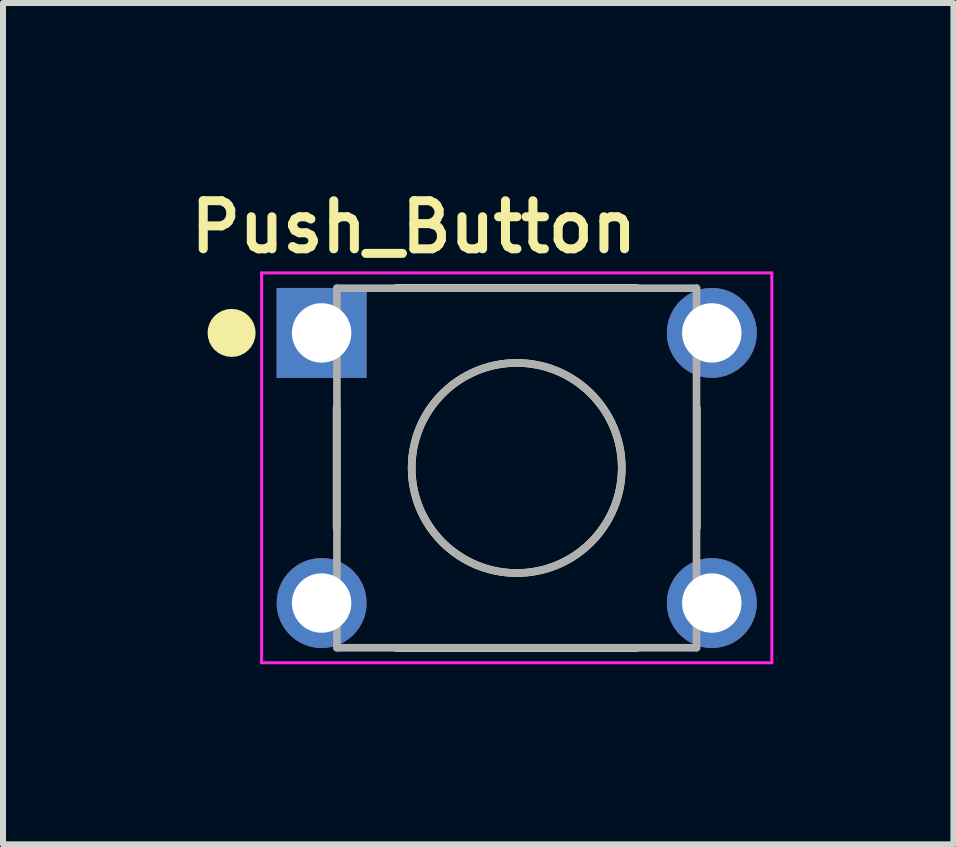
<source format=kicad_pcb>
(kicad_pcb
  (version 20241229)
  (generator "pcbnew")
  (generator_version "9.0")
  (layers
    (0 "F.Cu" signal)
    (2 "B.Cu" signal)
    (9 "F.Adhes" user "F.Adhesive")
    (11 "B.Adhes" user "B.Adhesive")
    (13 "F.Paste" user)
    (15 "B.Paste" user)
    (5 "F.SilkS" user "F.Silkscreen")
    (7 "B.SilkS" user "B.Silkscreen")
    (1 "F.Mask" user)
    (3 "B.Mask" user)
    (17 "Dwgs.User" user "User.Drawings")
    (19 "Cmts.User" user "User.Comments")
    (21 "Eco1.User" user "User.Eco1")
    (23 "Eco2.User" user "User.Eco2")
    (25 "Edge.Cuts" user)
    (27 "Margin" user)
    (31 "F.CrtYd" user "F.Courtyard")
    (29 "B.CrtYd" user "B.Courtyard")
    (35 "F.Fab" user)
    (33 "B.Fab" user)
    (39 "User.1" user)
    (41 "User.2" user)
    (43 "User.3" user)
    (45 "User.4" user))
  (footprint "Push_Button"
    (layer "F.Cu")
    (at 5.558 4.746)
    (property "Reference" "Push_Button" (at -1.713 -4.014 0) (layer "F.SilkS") (effects (font (size 0.801 0.801) (thickness 0.15))))
    (attr through_hole)
    (fp_line (start -3 -1) (end -3 1) (stroke (width 0.127) (type solid)) (layer "F.SilkS"))
    (fp_line (start -2 -3) (end 2 -3) (stroke (width 0.127) (type solid)) (layer "F.SilkS"))
    (fp_line (start -2 3) (end 2 3) (stroke (width 0.127) (type solid)) (layer "F.SilkS"))
    (fp_line (start 3 -1) (end 3 1) (stroke (width 0.127) (type solid)) (layer "F.SilkS"))
    (fp_circle (center -4.75 -2.25) (end -4.55 -2.25) (stroke (width 0.4) (type solid)) (fill no) (layer "F.SilkS"))
    (fp_circle (center 0 0) (end 1.75 0) (stroke (width 0.127) (type solid)) (fill no) (layer "F.SilkS"))
    (fp_line (start -4.25 -3.25) (end 4.25 -3.25) (stroke (width 0.05) (type solid)) (layer "F.CrtYd"))
    (fp_line (start -4.25 3.245) (end -4.25 -3.25) (stroke (width 0.05) (type solid)) (layer "F.CrtYd"))
    (fp_line (start 4.25 -3.25) (end 4.25 3.245) (stroke (width 0.05) (type solid)) (layer "F.CrtYd"))
    (fp_line (start 4.25 3.245) (end -4.25 3.245) (stroke (width 0.05) (type solid)) (layer "F.CrtYd"))
    (fp_line (start -2.995 -2.995) (end -2.995 2.995) (stroke (width 0.127) (type solid)) (layer "F.Fab"))
    (fp_line (start -2.995 2.995) (end 2.995 2.995) (stroke (width 0.127) (type solid)) (layer "F.Fab"))
    (fp_line (start 2.995 -2.995) (end -2.995 -2.995) (stroke (width 0.127) (type solid)) (layer "F.Fab"))
    (fp_line (start 2.995 2.995) (end 2.995 -2.995) (stroke (width 0.127) (type solid)) (layer "F.Fab"))
    (fp_circle (center -3.25 -2.25) (end -3.05 -2.25) (stroke (width 0.4) (type solid)) (fill no) (layer "F.Fab"))
    (fp_circle (center 0 0) (end 1.75 0) (stroke (width 0.127) (type solid)) (fill no) (layer "F.Fab"))
    (pad "1" thru_hole rect (at -3.25 -2.25) (size 1.498 1.498) (drill 0.99) (layers "*.Cu" "*.Mask"))
    (pad "2" thru_hole circle (at -3.25 2.25) (size 1.498 1.498) (drill 0.99) (layers "*.Cu" "*.Mask"))
    (pad "3" thru_hole circle (at 3.25 -2.25) (size 1.498 1.498) (drill 0.99) (layers "*.Cu" "*.Mask"))
    (pad "4" thru_hole circle (at 3.25 2.25) (size 1.498 1.498) (drill 0.99) (layers "*.Cu" "*.Mask")))
  (gr_rect
    (start -3 -3)
    (end 12.833 11.016)
    (stroke (width 0.1) (type default))
    (fill no)
    (layer "Edge.Cuts")))
</source>
